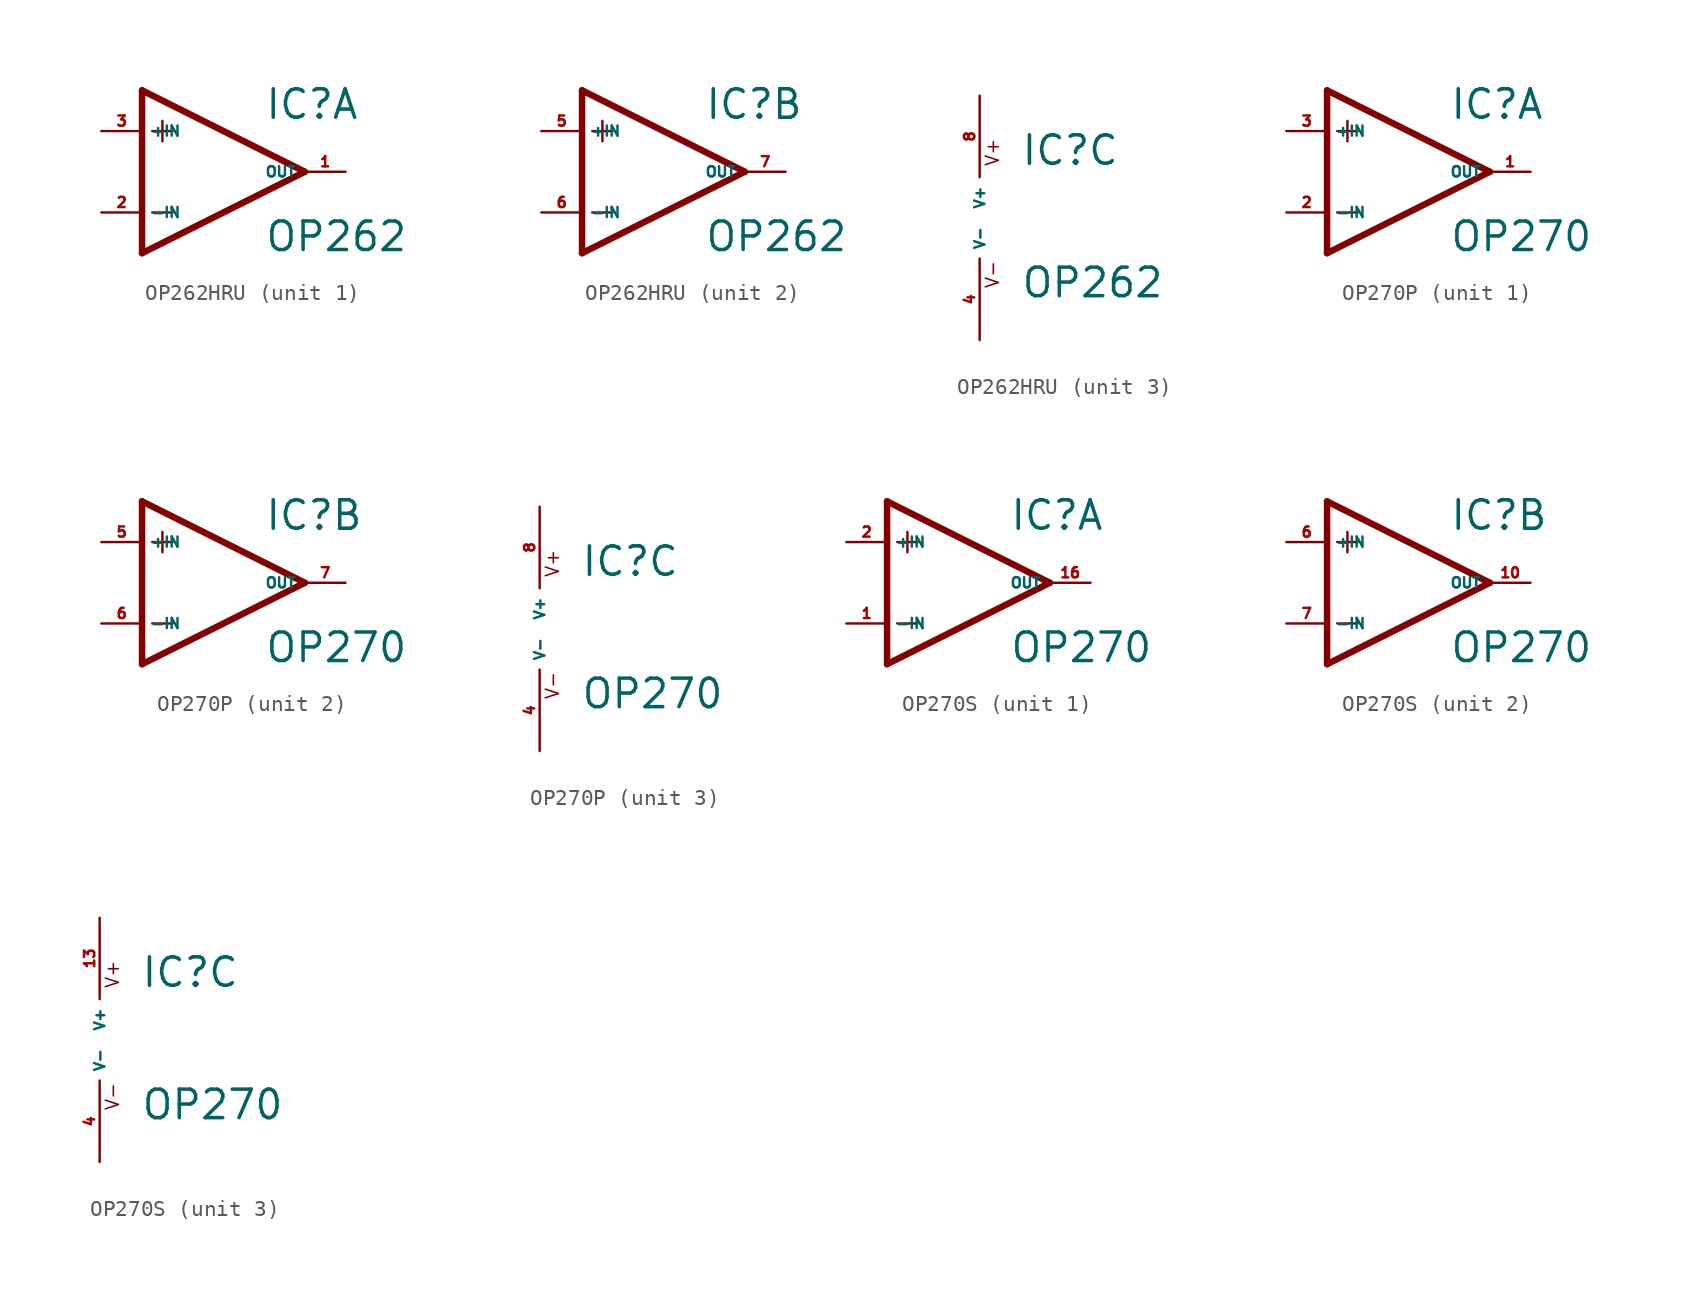
<source format=kicad_sym>
(kicad_symbol_lib
  (version 20220914)
  (generator Eagle2Kicad)
  (symbol "OP262HRU"
    (property "Reference" "IC"
      (at 2.54 3.175 0)
      (effects (font (size 1.778 1.778) (thickness 0.22)) (justify left bottom)))
    (property "Value" "OP262"
      (at 2.54 -5.08 0)
      (effects (font (size 1.778 1.778) (thickness 0.22)) (justify left bottom)))
    (symbol "OP262HRU_1_0"
      (polyline (pts (xy -5.08 5.08) (xy -5.08 -5.08)) (stroke (width 0.406) (type default)) (fill (type none)))
      (polyline (pts (xy -5.08 -5.08) (xy 5.08 0)) (stroke (width 0.406) (type default)) (fill (type none)))
      (polyline (pts (xy 5.08 0) (xy -5.08 5.08)) (stroke (width 0.406) (type default)) (fill (type none)))
      (polyline (pts (xy -3.81 3.175) (xy -3.81 1.905)) (stroke (width 0.152) (type default)) (fill (type none)))
      (polyline (pts (xy -4.445 2.54) (xy -3.175 2.54)) (stroke (width 0.152) (type default)) (fill (type none)))
      (polyline (pts (xy -4.445 -2.54) (xy -3.175 -2.54)) (stroke (width 0.152) (type default)) (fill (type none)))
      (pin input line (at -7.62 -2.54 0) (length 2.54) (name "-IN" (effects (font (size 0.635 0.635) (thickness 0.08)) (justify left bottom))) (number "2" (effects (font (size 0.635 0.635) (thickness 0.08)) (justify left bottom))))
      (pin input line (at -7.62 2.54 0) (length 2.54) (name "+IN" (effects (font (size 0.635 0.635) (thickness 0.08)) (justify left bottom))) (number "3" (effects (font (size 0.635 0.635) (thickness 0.08)) (justify left bottom))))
      (pin output line (at 7.62 0 180) (length 2.54) (name "OUT" (effects (font (size 0.635 0.635) (thickness 0.08)) (justify left bottom))) (number "1" (effects (font (size 0.635 0.635) (thickness 0.08)) (justify left bottom)))))
    (symbol "OP262HRU_2_0"
      (polyline (pts (xy -5.08 5.08) (xy -5.08 -5.08)) (stroke (width 0.406) (type default)) (fill (type none)))
      (polyline (pts (xy -5.08 -5.08) (xy 5.08 0)) (stroke (width 0.406) (type default)) (fill (type none)))
      (polyline (pts (xy 5.08 0) (xy -5.08 5.08)) (stroke (width 0.406) (type default)) (fill (type none)))
      (polyline (pts (xy -3.81 3.175) (xy -3.81 1.905)) (stroke (width 0.152) (type default)) (fill (type none)))
      (polyline (pts (xy -4.445 2.54) (xy -3.175 2.54)) (stroke (width 0.152) (type default)) (fill (type none)))
      (polyline (pts (xy -4.445 -2.54) (xy -3.175 -2.54)) (stroke (width 0.152) (type default)) (fill (type none)))
      (pin input line (at -7.62 -2.54 0) (length 2.54) (name "-IN" (effects (font (size 0.635 0.635) (thickness 0.08)) (justify left bottom))) (number "6" (effects (font (size 0.635 0.635) (thickness 0.08)) (justify left bottom))))
      (pin input line (at -7.62 2.54 0) (length 2.54) (name "+IN" (effects (font (size 0.635 0.635) (thickness 0.08)) (justify left bottom))) (number "5" (effects (font (size 0.635 0.635) (thickness 0.08)) (justify left bottom))))
      (pin output line (at 7.62 0 180) (length 2.54) (name "OUT" (effects (font (size 0.635 0.635) (thickness 0.08)) (justify left bottom))) (number "7" (effects (font (size 0.635 0.635) (thickness 0.08)) (justify left bottom)))))
    (symbol "OP262HRU_3_0"
      (text "V+" (at 1.27 3.175 900) (effects (font (size 0.813 0.813) (thickness 0.10)) (justify left bottom)))
      (text "V-" (at 1.27 -4.445 900) (effects (font (size 0.813 0.813) (thickness 0.10)) (justify left bottom)))
      (pin unspecified line (at 0 7.62 270) (length 5.08) (name "V+" (effects (font (size 0.635 0.635) (thickness 0.08)) (justify left bottom))) (number "8" (effects (font (size 0.635 0.635) (thickness 0.08)) (justify left bottom))))
      (pin unspecified line (at 0 -7.62 90) (length 5.08) (name "V-" (effects (font (size 0.635 0.635) (thickness 0.08)) (justify left bottom))) (number "4" (effects (font (size 0.635 0.635) (thickness 0.08)) (justify left bottom))))))
  (symbol "OP270P"
    (property "Reference" "IC"
      (at 2.54 3.175 0)
      (effects (font (size 1.778 1.778) (thickness 0.22)) (justify left bottom)))
    (property "Value" "OP270"
      (at 2.54 -5.08 0)
      (effects (font (size 1.778 1.778) (thickness 0.22)) (justify left bottom)))
    (symbol "OP270P_1_0"
      (polyline (pts (xy -5.08 5.08) (xy -5.08 -5.08)) (stroke (width 0.406) (type default)) (fill (type none)))
      (polyline (pts (xy -5.08 -5.08) (xy 5.08 0)) (stroke (width 0.406) (type default)) (fill (type none)))
      (polyline (pts (xy 5.08 0) (xy -5.08 5.08)) (stroke (width 0.406) (type default)) (fill (type none)))
      (polyline (pts (xy -3.81 3.175) (xy -3.81 1.905)) (stroke (width 0.152) (type default)) (fill (type none)))
      (polyline (pts (xy -4.445 2.54) (xy -3.175 2.54)) (stroke (width 0.152) (type default)) (fill (type none)))
      (polyline (pts (xy -4.445 -2.54) (xy -3.175 -2.54)) (stroke (width 0.152) (type default)) (fill (type none)))
      (pin input line (at -7.62 -2.54 0) (length 2.54) (name "-IN" (effects (font (size 0.635 0.635) (thickness 0.08)) (justify left bottom))) (number "2" (effects (font (size 0.635 0.635) (thickness 0.08)) (justify left bottom))))
      (pin input line (at -7.62 2.54 0) (length 2.54) (name "+IN" (effects (font (size 0.635 0.635) (thickness 0.08)) (justify left bottom))) (number "3" (effects (font (size 0.635 0.635) (thickness 0.08)) (justify left bottom))))
      (pin output line (at 7.62 0 180) (length 2.54) (name "OUT" (effects (font (size 0.635 0.635) (thickness 0.08)) (justify left bottom))) (number "1" (effects (font (size 0.635 0.635) (thickness 0.08)) (justify left bottom)))))
    (symbol "OP270P_2_0"
      (polyline (pts (xy -5.08 5.08) (xy -5.08 -5.08)) (stroke (width 0.406) (type default)) (fill (type none)))
      (polyline (pts (xy -5.08 -5.08) (xy 5.08 0)) (stroke (width 0.406) (type default)) (fill (type none)))
      (polyline (pts (xy 5.08 0) (xy -5.08 5.08)) (stroke (width 0.406) (type default)) (fill (type none)))
      (polyline (pts (xy -3.81 3.175) (xy -3.81 1.905)) (stroke (width 0.152) (type default)) (fill (type none)))
      (polyline (pts (xy -4.445 2.54) (xy -3.175 2.54)) (stroke (width 0.152) (type default)) (fill (type none)))
      (polyline (pts (xy -4.445 -2.54) (xy -3.175 -2.54)) (stroke (width 0.152) (type default)) (fill (type none)))
      (pin input line (at -7.62 -2.54 0) (length 2.54) (name "-IN" (effects (font (size 0.635 0.635) (thickness 0.08)) (justify left bottom))) (number "6" (effects (font (size 0.635 0.635) (thickness 0.08)) (justify left bottom))))
      (pin input line (at -7.62 2.54 0) (length 2.54) (name "+IN" (effects (font (size 0.635 0.635) (thickness 0.08)) (justify left bottom))) (number "5" (effects (font (size 0.635 0.635) (thickness 0.08)) (justify left bottom))))
      (pin output line (at 7.62 0 180) (length 2.54) (name "OUT" (effects (font (size 0.635 0.635) (thickness 0.08)) (justify left bottom))) (number "7" (effects (font (size 0.635 0.635) (thickness 0.08)) (justify left bottom)))))
    (symbol "OP270P_3_0"
      (text "V+" (at 1.27 3.175 900) (effects (font (size 0.813 0.813) (thickness 0.10)) (justify left bottom)))
      (text "V-" (at 1.27 -4.445 900) (effects (font (size 0.813 0.813) (thickness 0.10)) (justify left bottom)))
      (pin unspecified line (at 0 7.62 270) (length 5.08) (name "V+" (effects (font (size 0.635 0.635) (thickness 0.08)) (justify left bottom))) (number "8" (effects (font (size 0.635 0.635) (thickness 0.08)) (justify left bottom))))
      (pin unspecified line (at 0 -7.62 90) (length 5.08) (name "V-" (effects (font (size 0.635 0.635) (thickness 0.08)) (justify left bottom))) (number "4" (effects (font (size 0.635 0.635) (thickness 0.08)) (justify left bottom))))))
  (symbol "OP270S"
    (property "Reference" "IC"
      (at 2.54 3.175 0)
      (effects (font (size 1.778 1.778) (thickness 0.22)) (justify left bottom)))
    (property "Value" "OP270"
      (at 2.54 -5.08 0)
      (effects (font (size 1.778 1.778) (thickness 0.22)) (justify left bottom)))
    (symbol "OP270S_1_0"
      (polyline (pts (xy -5.08 5.08) (xy -5.08 -5.08)) (stroke (width 0.406) (type default)) (fill (type none)))
      (polyline (pts (xy -5.08 -5.08) (xy 5.08 0)) (stroke (width 0.406) (type default)) (fill (type none)))
      (polyline (pts (xy 5.08 0) (xy -5.08 5.08)) (stroke (width 0.406) (type default)) (fill (type none)))
      (polyline (pts (xy -3.81 3.175) (xy -3.81 1.905)) (stroke (width 0.152) (type default)) (fill (type none)))
      (polyline (pts (xy -4.445 2.54) (xy -3.175 2.54)) (stroke (width 0.152) (type default)) (fill (type none)))
      (polyline (pts (xy -4.445 -2.54) (xy -3.175 -2.54)) (stroke (width 0.152) (type default)) (fill (type none)))
      (pin input line (at -7.62 -2.54 0) (length 2.54) (name "-IN" (effects (font (size 0.635 0.635) (thickness 0.08)) (justify left bottom))) (number "1" (effects (font (size 0.635 0.635) (thickness 0.08)) (justify left bottom))))
      (pin input line (at -7.62 2.54 0) (length 2.54) (name "+IN" (effects (font (size 0.635 0.635) (thickness 0.08)) (justify left bottom))) (number "2" (effects (font (size 0.635 0.635) (thickness 0.08)) (justify left bottom))))
      (pin output line (at 7.62 0 180) (length 2.54) (name "OUT" (effects (font (size 0.635 0.635) (thickness 0.08)) (justify left bottom))) (number "16" (effects (font (size 0.635 0.635) (thickness 0.08)) (justify left bottom)))))
    (symbol "OP270S_2_0"
      (polyline (pts (xy -5.08 5.08) (xy -5.08 -5.08)) (stroke (width 0.406) (type default)) (fill (type none)))
      (polyline (pts (xy -5.08 -5.08) (xy 5.08 0)) (stroke (width 0.406) (type default)) (fill (type none)))
      (polyline (pts (xy 5.08 0) (xy -5.08 5.08)) (stroke (width 0.406) (type default)) (fill (type none)))
      (polyline (pts (xy -3.81 3.175) (xy -3.81 1.905)) (stroke (width 0.152) (type default)) (fill (type none)))
      (polyline (pts (xy -4.445 2.54) (xy -3.175 2.54)) (stroke (width 0.152) (type default)) (fill (type none)))
      (polyline (pts (xy -4.445 -2.54) (xy -3.175 -2.54)) (stroke (width 0.152) (type default)) (fill (type none)))
      (pin input line (at -7.62 -2.54 0) (length 2.54) (name "-IN" (effects (font (size 0.635 0.635) (thickness 0.08)) (justify left bottom))) (number "7" (effects (font (size 0.635 0.635) (thickness 0.08)) (justify left bottom))))
      (pin input line (at -7.62 2.54 0) (length 2.54) (name "+IN" (effects (font (size 0.635 0.635) (thickness 0.08)) (justify left bottom))) (number "6" (effects (font (size 0.635 0.635) (thickness 0.08)) (justify left bottom))))
      (pin output line (at 7.62 0 180) (length 2.54) (name "OUT" (effects (font (size 0.635 0.635) (thickness 0.08)) (justify left bottom))) (number "10" (effects (font (size 0.635 0.635) (thickness 0.08)) (justify left bottom)))))
    (symbol "OP270S_3_0"
      (text "V+" (at 1.27 3.175 900) (effects (font (size 0.813 0.813) (thickness 0.10)) (justify left bottom)))
      (text "V-" (at 1.27 -4.445 900) (effects (font (size 0.813 0.813) (thickness 0.10)) (justify left bottom)))
      (pin unspecified line (at 0 7.62 270) (length 5.08) (name "V+" (effects (font (size 0.635 0.635) (thickness 0.08)) (justify left bottom))) (number "13" (effects (font (size 0.635 0.635) (thickness 0.08)) (justify left bottom))))
      (pin unspecified line (at 0 -7.62 90) (length 5.08) (name "V-" (effects (font (size 0.635 0.635) (thickness 0.08)) (justify left bottom))) (number "4" (effects (font (size 0.635 0.635) (thickness 0.08)) (justify left bottom)))))))
</source>
